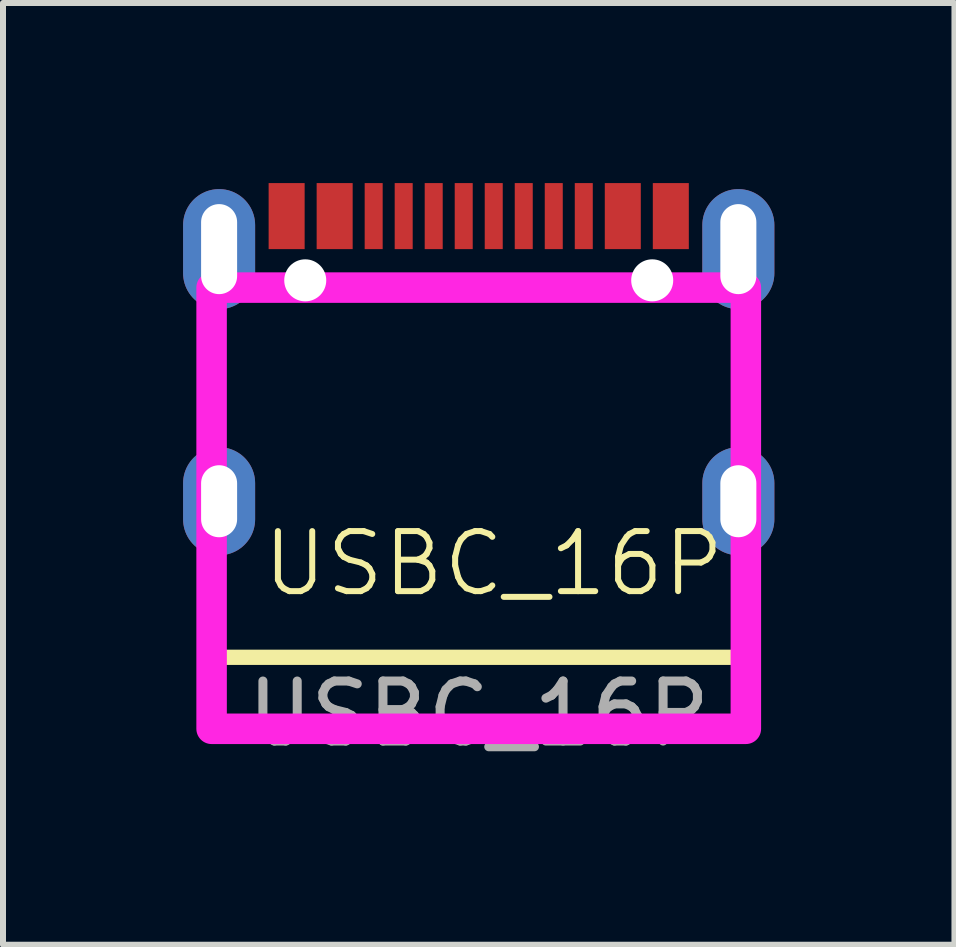
<source format=kicad_pcb>
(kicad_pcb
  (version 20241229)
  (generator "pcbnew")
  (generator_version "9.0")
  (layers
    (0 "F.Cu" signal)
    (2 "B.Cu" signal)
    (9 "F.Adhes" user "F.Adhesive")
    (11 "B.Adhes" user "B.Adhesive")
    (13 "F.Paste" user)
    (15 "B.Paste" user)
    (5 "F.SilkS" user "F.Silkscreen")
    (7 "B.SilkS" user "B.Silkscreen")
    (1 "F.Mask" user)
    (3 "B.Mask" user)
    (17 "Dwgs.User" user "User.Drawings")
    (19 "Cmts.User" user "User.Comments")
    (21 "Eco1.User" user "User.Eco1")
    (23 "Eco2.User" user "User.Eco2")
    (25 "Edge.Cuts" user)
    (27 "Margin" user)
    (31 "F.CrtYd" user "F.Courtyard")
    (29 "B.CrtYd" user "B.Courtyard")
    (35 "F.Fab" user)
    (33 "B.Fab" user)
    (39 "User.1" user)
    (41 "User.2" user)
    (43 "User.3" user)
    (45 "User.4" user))
  (footprint "USBC_16P"
    (layer "F.Cu")
    (at 4.925 4.09)
    (property "Reference" "USBC_16P" (at 0.25 2.25 0) (unlocked yes) (layer "F.SilkS") (effects (font (size 1 1) (thickness 0.1))))
    (attr smd)
    (fp_line (start -4.5 0.229) (end -4.5 -1.759) (stroke (width 0.254) (type solid)) (layer "F.SilkS"))
    (fp_line (start -4.5 3.81) (end -4.5 2.191) (stroke (width 0.254) (type solid)) (layer "F.SilkS"))
    (fp_line (start 4.5 3.81) (end -4.5 3.81) (stroke (width 0.254) (type solid)) (layer "F.SilkS"))
    (fp_line (start 4.572 0.232) (end 4.572 -1.762) (stroke (width 0.254) (type solid)) (layer "F.SilkS"))
    (fp_line (start 4.572 3.661) (end 4.572 2.188) (stroke (width 0.254) (type solid)) (layer "F.SilkS"))
    (fp_circle (center -2.89 -2.47) (end -2.89 -2.345) (stroke (width 0.25) (type solid)) (fill no) (layer "Cmts.User"))
    (fp_circle (center 2.89 -2.47) (end 2.89 -2.345) (stroke (width 0.25) (type solid)) (fill no) (layer "Cmts.User"))
    (fp_poly (pts (xy -4.45 5.001) (xy -4.45 -2.349) (xy 4.45 -2.349) (xy 4.45 5.001)) (stroke (width 0.508) (type solid)) (fill no) (layer "F.CrtYd"))
    (fp_text user "${REFERENCE}" (at 0 4.75 0) (unlocked yes) (layer "F.Fab") (effects (font (size 1 1) (thickness 0.15))))
    (pad "" np_thru_hole circle (at -2.89 -2.47) (size 0.7 0.7) (drill 0.7) (layers "*.Cu" "*.Mask"))
    (pad "" np_thru_hole circle (at 2.89 -2.47) (size 0.7 0.7) (drill 0.7) (layers "*.Cu" "*.Mask"))
    (pad "1" smd rect (at -3.2 -3.54) (size 0.6 1.1) (layers "F.Cu" "F.Mask" "F.Paste"))
    (pad "2" smd rect (at -2.4 -3.54) (size 0.6 1.1) (layers "F.Cu" "F.Mask" "F.Paste"))
    (pad "3" smd rect (at -1.75 -3.54) (size 0.3 1.1) (layers "F.Cu" "F.Mask" "F.Paste"))
    (pad "4" smd rect (at -1.25 -3.54) (size 0.3 1.1) (layers "F.Cu" "F.Mask" "F.Paste"))
    (pad "5" smd rect (at -0.75 -3.54) (size 0.3 1.1) (layers "F.Cu" "F.Mask" "F.Paste"))
    (pad "6" smd rect (at -0.25 -3.54) (size 0.3 1.1) (layers "F.Cu" "F.Mask" "F.Paste"))
    (pad "7" smd rect (at 0.25 -3.54) (size 0.3 1.1) (layers "F.Cu" "F.Mask" "F.Paste"))
    (pad "8" smd rect (at 0.75 -3.54) (size 0.3 1.1) (layers "F.Cu" "F.Mask" "F.Paste"))
    (pad "9" smd rect (at 1.25 -3.54) (size 0.3 1.1) (layers "F.Cu" "F.Mask" "F.Paste"))
    (pad "10" smd rect (at 1.75 -3.54) (size 0.3 1.1) (layers "F.Cu" "F.Mask" "F.Paste"))
    (pad "11" smd rect (at 2.4 -3.54) (size 0.6 1.1) (layers "F.Cu" "F.Mask" "F.Paste"))
    (pad "12" smd rect (at 3.2 -3.54) (size 0.6 1.1) (layers "F.Cu" "F.Mask" "F.Paste"))
    (pad "13" thru_hole oval (at -4.325 -2.99) (size 1.2 2) (drill oval 0.6 1.5) (layers "*.Cu" "*.Mask"))
    (pad "13" thru_hole oval (at -4.325 1.21) (size 1.2 1.8) (drill oval 0.6 1.2) (layers "*.Cu" "*.Mask"))
    (pad "14" thru_hole oval (at 4.325 -2.99) (size 1.2 2) (drill oval 0.6 1.5) (layers "*.Cu" "*.Mask"))
    (pad "14" thru_hole oval (at 4.325 1.21) (size 1.2 1.8) (drill oval 0.6 1.2) (layers "*.Cu" "*.Mask")))
  (gr_rect
    (start -3 -3)
    (end 12.85 12.688)
    (stroke (width 0.1) (type default))
    (fill no)
    (layer "Edge.Cuts")))
</source>
